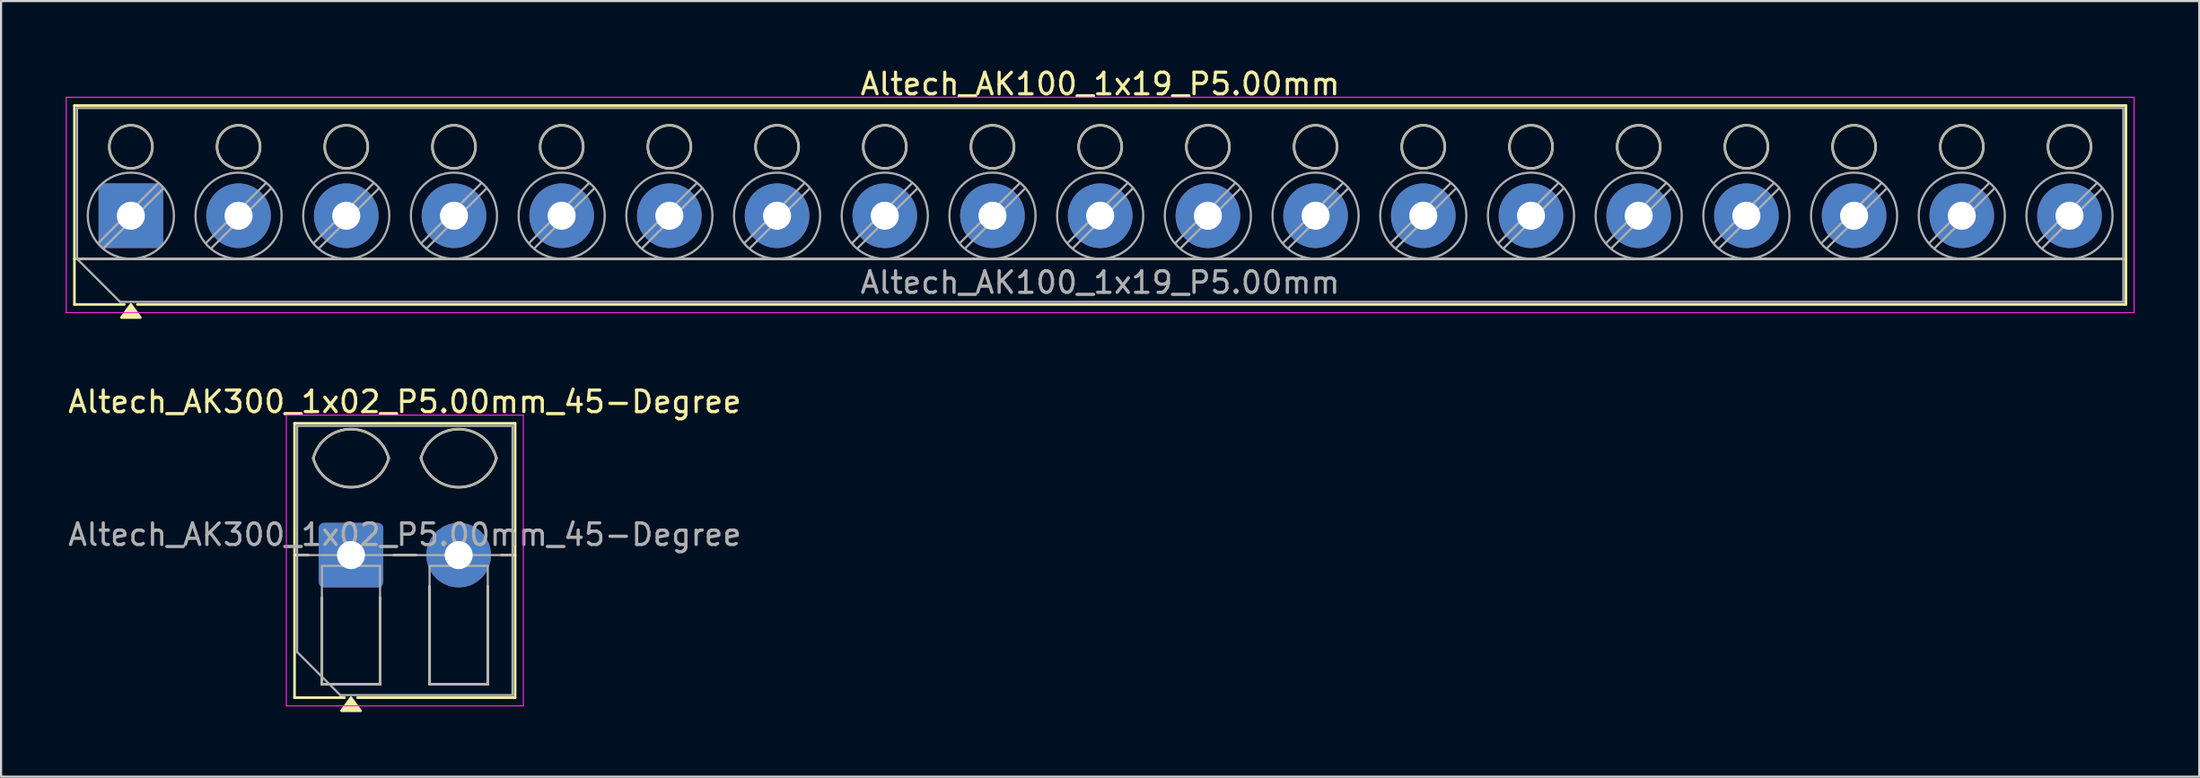
<source format=kicad_pcb>
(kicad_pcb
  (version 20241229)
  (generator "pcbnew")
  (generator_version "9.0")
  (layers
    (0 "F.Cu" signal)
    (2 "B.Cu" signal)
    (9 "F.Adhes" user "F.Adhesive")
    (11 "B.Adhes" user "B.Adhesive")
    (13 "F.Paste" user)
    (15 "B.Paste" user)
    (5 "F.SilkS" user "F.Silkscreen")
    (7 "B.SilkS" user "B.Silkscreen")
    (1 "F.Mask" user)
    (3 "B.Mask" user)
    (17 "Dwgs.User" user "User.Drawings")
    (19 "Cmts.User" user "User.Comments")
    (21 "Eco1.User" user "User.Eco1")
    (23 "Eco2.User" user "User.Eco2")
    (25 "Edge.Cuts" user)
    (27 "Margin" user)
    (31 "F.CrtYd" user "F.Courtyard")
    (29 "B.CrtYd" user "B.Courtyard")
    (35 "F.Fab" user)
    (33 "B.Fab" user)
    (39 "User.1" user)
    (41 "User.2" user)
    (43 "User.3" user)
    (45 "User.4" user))
  (footprint "Altech_AK100_1x19_P5.00mm"
    (layer "F.Cu")
    (at 3.025 6.968)
    (property "Reference" "Altech_AK100_1x19_P5.00mm" (at 45 -6.12 0) (layer "F.SilkS") (effects (font (size 1 1) (thickness 0.15))))
    (attr through_hole)
    (fp_line (start -2.62 -5.12) (end 92.62 -5.12) (stroke (width 0.12) (type solid)) (layer "F.SilkS"))
    (fp_line (start -2.62 2) (end 92.62 2) (stroke (width 0.12) (type solid)) (layer "F.SilkS"))
    (fp_line (start -2.62 4.12) (end -2.62 -5.12) (stroke (width 0.12) (type solid)) (layer "F.SilkS"))
    (fp_line (start -0.3 4.12) (end -2.62 4.12) (stroke (width 0.12) (type solid)) (layer "F.SilkS"))
    (fp_line (start 92.62 -5.12) (end 92.62 4.12) (stroke (width 0.12) (type solid)) (layer "F.SilkS"))
    (fp_line (start 92.62 4.12) (end 0.3 4.12) (stroke (width 0.12) (type solid)) (layer "F.SilkS"))
    (fp_circle (center 0 -3.2) (end 1 -3.2) (stroke (width 0.12) (type solid)) (fill no) (layer "F.SilkS"))
    (fp_circle (center 5 -3.2) (end 6 -3.2) (stroke (width 0.12) (type solid)) (fill no) (layer "F.SilkS"))
    (fp_circle (center 10 -3.2) (end 11 -3.2) (stroke (width 0.12) (type solid)) (fill no) (layer "F.SilkS"))
    (fp_circle (center 15 -3.2) (end 16 -3.2) (stroke (width 0.12) (type solid)) (fill no) (layer "F.SilkS"))
    (fp_circle (center 20 -3.2) (end 21 -3.2) (stroke (width 0.12) (type solid)) (fill no) (layer "F.SilkS"))
    (fp_circle (center 25 -3.2) (end 26 -3.2) (stroke (width 0.12) (type solid)) (fill no) (layer "F.SilkS"))
    (fp_circle (center 30 -3.2) (end 31 -3.2) (stroke (width 0.12) (type solid)) (fill no) (layer "F.SilkS"))
    (fp_circle (center 35 -3.2) (end 36 -3.2) (stroke (width 0.12) (type solid)) (fill no) (layer "F.SilkS"))
    (fp_circle (center 40 -3.2) (end 41 -3.2) (stroke (width 0.12) (type solid)) (fill no) (layer "F.SilkS"))
    (fp_circle (center 45 -3.2) (end 46 -3.2) (stroke (width 0.12) (type solid)) (fill no) (layer "F.SilkS"))
    (fp_circle (center 50 -3.2) (end 51 -3.2) (stroke (width 0.12) (type solid)) (fill no) (layer "F.SilkS"))
    (fp_circle (center 55 -3.2) (end 56 -3.2) (stroke (width 0.12) (type solid)) (fill no) (layer "F.SilkS"))
    (fp_circle (center 60 -3.2) (end 61 -3.2) (stroke (width 0.12) (type solid)) (fill no) (layer "F.SilkS"))
    (fp_circle (center 65 -3.2) (end 66 -3.2) (stroke (width 0.12) (type solid)) (fill no) (layer "F.SilkS"))
    (fp_circle (center 70 -3.2) (end 71 -3.2) (stroke (width 0.12) (type solid)) (fill no) (layer "F.SilkS"))
    (fp_circle (center 75 -3.2) (end 76 -3.2) (stroke (width 0.12) (type solid)) (fill no) (layer "F.SilkS"))
    (fp_circle (center 80 -3.2) (end 81 -3.2) (stroke (width 0.12) (type solid)) (fill no) (layer "F.SilkS"))
    (fp_circle (center 85 -3.2) (end 86 -3.2) (stroke (width 0.12) (type solid)) (fill no) (layer "F.SilkS"))
    (fp_circle (center 90 -3.2) (end 91 -3.2) (stroke (width 0.12) (type solid)) (fill no) (layer "F.SilkS"))
    (fp_poly (pts (xy 0 4.12) (xy 0.44 4.73) (xy -0.44 4.73)) (stroke (width 0.12) (type solid)) (fill yes) (layer "F.SilkS"))
    (fp_line (start -3 -5.5) (end -3 4.5) (stroke (width 0.05) (type solid)) (layer "F.CrtYd"))
    (fp_line (start -3 4.5) (end 93 4.5) (stroke (width 0.05) (type solid)) (layer "F.CrtYd"))
    (fp_line (start 93 -5.5) (end -3 -5.5) (stroke (width 0.05) (type solid)) (layer "F.CrtYd"))
    (fp_line (start 93 4.5) (end 93 -5.5) (stroke (width 0.05) (type solid)) (layer "F.CrtYd"))
    (fp_line (start -2.5 -5) (end 92.5 -5) (stroke (width 0.1) (type solid)) (layer "F.Fab"))
    (fp_line (start -2.5 2) (end -2.5 -5) (stroke (width 0.1) (type solid)) (layer "F.Fab"))
    (fp_line (start -2.5 2) (end 92.5 2) (stroke (width 0.1) (type solid)) (layer "F.Fab"))
    (fp_line (start -0.5 4) (end -2.5 2) (stroke (width 0.1) (type solid)) (layer "F.Fab"))
    (fp_line (start 1.273 -1.517) (end -1.517 1.273) (stroke (width 0.1) (type solid)) (layer "F.Fab"))
    (fp_line (start 1.517 -1.273) (end -1.273 1.517) (stroke (width 0.1) (type solid)) (layer "F.Fab"))
    (fp_line (start 6.273 -1.517) (end 3.483 1.273) (stroke (width 0.1) (type solid)) (layer "F.Fab"))
    (fp_line (start 6.517 -1.273) (end 3.727 1.517) (stroke (width 0.1) (type solid)) (layer "F.Fab"))
    (fp_line (start 11.273 -1.517) (end 8.483 1.273) (stroke (width 0.1) (type solid)) (layer "F.Fab"))
    (fp_line (start 11.517 -1.273) (end 8.727 1.517) (stroke (width 0.1) (type solid)) (layer "F.Fab"))
    (fp_line (start 16.273 -1.517) (end 13.483 1.273) (stroke (width 0.1) (type solid)) (layer "F.Fab"))
    (fp_line (start 16.517 -1.273) (end 13.727 1.517) (stroke (width 0.1) (type solid)) (layer "F.Fab"))
    (fp_line (start 21.273 -1.517) (end 18.483 1.273) (stroke (width 0.1) (type solid)) (layer "F.Fab"))
    (fp_line (start 21.517 -1.273) (end 18.727 1.517) (stroke (width 0.1) (type solid)) (layer "F.Fab"))
    (fp_line (start 26.273 -1.517) (end 23.483 1.273) (stroke (width 0.1) (type solid)) (layer "F.Fab"))
    (fp_line (start 26.517 -1.273) (end 23.727 1.517) (stroke (width 0.1) (type solid)) (layer "F.Fab"))
    (fp_line (start 31.273 -1.517) (end 28.483 1.273) (stroke (width 0.1) (type solid)) (layer "F.Fab"))
    (fp_line (start 31.517 -1.273) (end 28.727 1.517) (stroke (width 0.1) (type solid)) (layer "F.Fab"))
    (fp_line (start 36.273 -1.517) (end 33.483 1.273) (stroke (width 0.1) (type solid)) (layer "F.Fab"))
    (fp_line (start 36.517 -1.273) (end 33.727 1.517) (stroke (width 0.1) (type solid)) (layer "F.Fab"))
    (fp_line (start 41.273 -1.517) (end 38.483 1.273) (stroke (width 0.1) (type solid)) (layer "F.Fab"))
    (fp_line (start 41.517 -1.273) (end 38.727 1.517) (stroke (width 0.1) (type solid)) (layer "F.Fab"))
    (fp_line (start 46.273 -1.517) (end 43.483 1.273) (stroke (width 0.1) (type solid)) (layer "F.Fab"))
    (fp_line (start 46.517 -1.273) (end 43.727 1.517) (stroke (width 0.1) (type solid)) (layer "F.Fab"))
    (fp_line (start 51.273 -1.517) (end 48.483 1.273) (stroke (width 0.1) (type solid)) (layer "F.Fab"))
    (fp_line (start 51.517 -1.273) (end 48.727 1.517) (stroke (width 0.1) (type solid)) (layer "F.Fab"))
    (fp_line (start 56.273 -1.517) (end 53.483 1.273) (stroke (width 0.1) (type solid)) (layer "F.Fab"))
    (fp_line (start 56.517 -1.273) (end 53.727 1.517) (stroke (width 0.1) (type solid)) (layer "F.Fab"))
    (fp_line (start 61.273 -1.517) (end 58.483 1.273) (stroke (width 0.1) (type solid)) (layer "F.Fab"))
    (fp_line (start 61.517 -1.273) (end 58.727 1.517) (stroke (width 0.1) (type solid)) (layer "F.Fab"))
    (fp_line (start 66.273 -1.517) (end 63.483 1.273) (stroke (width 0.1) (type solid)) (layer "F.Fab"))
    (fp_line (start 66.517 -1.273) (end 63.727 1.517) (stroke (width 0.1) (type solid)) (layer "F.Fab"))
    (fp_line (start 71.273 -1.517) (end 68.483 1.273) (stroke (width 0.1) (type solid)) (layer "F.Fab"))
    (fp_line (start 71.517 -1.273) (end 68.727 1.517) (stroke (width 0.1) (type solid)) (layer "F.Fab"))
    (fp_line (start 76.273 -1.517) (end 73.483 1.273) (stroke (width 0.1) (type solid)) (layer "F.Fab"))
    (fp_line (start 76.517 -1.273) (end 73.727 1.517) (stroke (width 0.1) (type solid)) (layer "F.Fab"))
    (fp_line (start 81.273 -1.517) (end 78.483 1.273) (stroke (width 0.1) (type solid)) (layer "F.Fab"))
    (fp_line (start 81.517 -1.273) (end 78.727 1.517) (stroke (width 0.1) (type solid)) (layer "F.Fab"))
    (fp_line (start 86.273 -1.517) (end 83.483 1.273) (stroke (width 0.1) (type solid)) (layer "F.Fab"))
    (fp_line (start 86.517 -1.273) (end 83.727 1.517) (stroke (width 0.1) (type solid)) (layer "F.Fab"))
    (fp_line (start 91.273 -1.517) (end 88.483 1.273) (stroke (width 0.1) (type solid)) (layer "F.Fab"))
    (fp_line (start 91.517 -1.273) (end 88.727 1.517) (stroke (width 0.1) (type solid)) (layer "F.Fab"))
    (fp_line (start 92.5 -5) (end 92.5 4) (stroke (width 0.1) (type solid)) (layer "F.Fab"))
    (fp_line (start 92.5 4) (end -0.5 4) (stroke (width 0.1) (type solid)) (layer "F.Fab"))
    (fp_circle (center 0 -3.2) (end 1 -3.2) (stroke (width 0.1) (type solid)) (fill no) (layer "F.Fab"))
    (fp_circle (center 0 0) (end 2 0) (stroke (width 0.1) (type solid)) (fill no) (layer "F.Fab"))
    (fp_circle (center 5 -3.2) (end 6 -3.2) (stroke (width 0.1) (type solid)) (fill no) (layer "F.Fab"))
    (fp_circle (center 5 0) (end 7 0) (stroke (width 0.1) (type solid)) (fill no) (layer "F.Fab"))
    (fp_circle (center 10 -3.2) (end 11 -3.2) (stroke (width 0.1) (type solid)) (fill no) (layer "F.Fab"))
    (fp_circle (center 10 0) (end 12 0) (stroke (width 0.1) (type solid)) (fill no) (layer "F.Fab"))
    (fp_circle (center 15 -3.2) (end 16 -3.2) (stroke (width 0.1) (type solid)) (fill no) (layer "F.Fab"))
    (fp_circle (center 15 0) (end 17 0) (stroke (width 0.1) (type solid)) (fill no) (layer "F.Fab"))
    (fp_circle (center 20 -3.2) (end 21 -3.2) (stroke (width 0.1) (type solid)) (fill no) (layer "F.Fab"))
    (fp_circle (center 20 0) (end 22 0) (stroke (width 0.1) (type solid)) (fill no) (layer "F.Fab"))
    (fp_circle (center 25 -3.2) (end 26 -3.2) (stroke (width 0.1) (type solid)) (fill no) (layer "F.Fab"))
    (fp_circle (center 25 0) (end 27 0) (stroke (width 0.1) (type solid)) (fill no) (layer "F.Fab"))
    (fp_circle (center 30 -3.2) (end 31 -3.2) (stroke (width 0.1) (type solid)) (fill no) (layer "F.Fab"))
    (fp_circle (center 30 0) (end 32 0) (stroke (width 0.1) (type solid)) (fill no) (layer "F.Fab"))
    (fp_circle (center 35 -3.2) (end 36 -3.2) (stroke (width 0.1) (type solid)) (fill no) (layer "F.Fab"))
    (fp_circle (center 35 0) (end 37 0) (stroke (width 0.1) (type solid)) (fill no) (layer "F.Fab"))
    (fp_circle (center 40 -3.2) (end 41 -3.2) (stroke (width 0.1) (type solid)) (fill no) (layer "F.Fab"))
    (fp_circle (center 40 0) (end 42 0) (stroke (width 0.1) (type solid)) (fill no) (layer "F.Fab"))
    (fp_circle (center 45 -3.2) (end 46 -3.2) (stroke (width 0.1) (type solid)) (fill no) (layer "F.Fab"))
    (fp_circle (center 45 0) (end 47 0) (stroke (width 0.1) (type solid)) (fill no) (layer "F.Fab"))
    (fp_circle (center 50 -3.2) (end 51 -3.2) (stroke (width 0.1) (type solid)) (fill no) (layer "F.Fab"))
    (fp_circle (center 50 0) (end 52 0) (stroke (width 0.1) (type solid)) (fill no) (layer "F.Fab"))
    (fp_circle (center 55 -3.2) (end 56 -3.2) (stroke (width 0.1) (type solid)) (fill no) (layer "F.Fab"))
    (fp_circle (center 55 0) (end 57 0) (stroke (width 0.1) (type solid)) (fill no) (layer "F.Fab"))
    (fp_circle (center 60 -3.2) (end 61 -3.2) (stroke (width 0.1) (type solid)) (fill no) (layer "F.Fab"))
    (fp_circle (center 60 0) (end 62 0) (stroke (width 0.1) (type solid)) (fill no) (layer "F.Fab"))
    (fp_circle (center 65 -3.2) (end 66 -3.2) (stroke (width 0.1) (type solid)) (fill no) (layer "F.Fab"))
    (fp_circle (center 65 0) (end 67 0) (stroke (width 0.1) (type solid)) (fill no) (layer "F.Fab"))
    (fp_circle (center 70 -3.2) (end 71 -3.2) (stroke (width 0.1) (type solid)) (fill no) (layer "F.Fab"))
    (fp_circle (center 70 0) (end 72 0) (stroke (width 0.1) (type solid)) (fill no) (layer "F.Fab"))
    (fp_circle (center 75 -3.2) (end 76 -3.2) (stroke (width 0.1) (type solid)) (fill no) (layer "F.Fab"))
    (fp_circle (center 75 0) (end 77 0) (stroke (width 0.1) (type solid)) (fill no) (layer "F.Fab"))
    (fp_circle (center 80 -3.2) (end 81 -3.2) (stroke (width 0.1) (type solid)) (fill no) (layer "F.Fab"))
    (fp_circle (center 80 0) (end 82 0) (stroke (width 0.1) (type solid)) (fill no) (layer "F.Fab"))
    (fp_circle (center 85 -3.2) (end 86 -3.2) (stroke (width 0.1) (type solid)) (fill no) (layer "F.Fab"))
    (fp_circle (center 85 0) (end 87 0) (stroke (width 0.1) (type solid)) (fill no) (layer "F.Fab"))
    (fp_circle (center 90 -3.2) (end 91 -3.2) (stroke (width 0.1) (type solid)) (fill no) (layer "F.Fab"))
    (fp_circle (center 90 0) (end 92 0) (stroke (width 0.1) (type solid)) (fill no) (layer "F.Fab"))
    (fp_text user "${REFERENCE}" (at 45 3.1 0) (layer "F.Fab") (effects (font (size 1 1) (thickness 0.15))))
    (pad "1" thru_hole roundrect (at 0 0) (size 3 3) (drill 1.3) (layers "*.Cu" "*.Mask") (roundrect_rratio 0.083))
    (pad "2" thru_hole circle (at 5 0) (size 3 3) (drill 1.3) (layers "*.Cu" "*.Mask"))
    (pad "3" thru_hole circle (at 10 0) (size 3 3) (drill 1.3) (layers "*.Cu" "*.Mask"))
    (pad "4" thru_hole circle (at 15 0) (size 3 3) (drill 1.3) (layers "*.Cu" "*.Mask"))
    (pad "5" thru_hole circle (at 20 0) (size 3 3) (drill 1.3) (layers "*.Cu" "*.Mask"))
    (pad "6" thru_hole circle (at 25 0) (size 3 3) (drill 1.3) (layers "*.Cu" "*.Mask"))
    (pad "7" thru_hole circle (at 30 0) (size 3 3) (drill 1.3) (layers "*.Cu" "*.Mask"))
    (pad "8" thru_hole circle (at 35 0) (size 3 3) (drill 1.3) (layers "*.Cu" "*.Mask"))
    (pad "9" thru_hole circle (at 40 0) (size 3 3) (drill 1.3) (layers "*.Cu" "*.Mask"))
    (pad "10" thru_hole circle (at 45 0) (size 3 3) (drill 1.3) (layers "*.Cu" "*.Mask"))
    (pad "11" thru_hole circle (at 50 0) (size 3 3) (drill 1.3) (layers "*.Cu" "*.Mask"))
    (pad "12" thru_hole circle (at 55 0) (size 3 3) (drill 1.3) (layers "*.Cu" "*.Mask"))
    (pad "13" thru_hole circle (at 60 0) (size 3 3) (drill 1.3) (layers "*.Cu" "*.Mask"))
    (pad "14" thru_hole circle (at 65 0) (size 3 3) (drill 1.3) (layers "*.Cu" "*.Mask"))
    (pad "15" thru_hole circle (at 70 0) (size 3 3) (drill 1.3) (layers "*.Cu" "*.Mask"))
    (pad "16" thru_hole circle (at 75 0) (size 3 3) (drill 1.3) (layers "*.Cu" "*.Mask"))
    (pad "17" thru_hole circle (at 80 0) (size 3 3) (drill 1.3) (layers "*.Cu" "*.Mask"))
    (pad "18" thru_hole circle (at 85 0) (size 3 3) (drill 1.3) (layers "*.Cu" "*.Mask"))
    (pad "19" thru_hole circle (at 90 0) (size 3 3) (drill 1.3) (layers "*.Cu" "*.Mask")))
  (footprint "Altech_AK300_1x02_P5.00mm_45-Degree"
    (layer "F.Cu")
    (at 13.244 22.727)
    (property "Reference" "Altech_AK300_1x02_P5.00mm_45-Degree" (at 2.5 -7.12 0) (layer "F.SilkS") (effects (font (size 1 1) (thickness 0.15))))
    (attr through_hole)
    (fp_line (start -2.62 -6.12) (end 7.62 -6.12) (stroke (width 0.12) (type solid)) (layer "F.SilkS"))
    (fp_line (start -2.62 0) (end -1.98 0) (stroke (width 0.12) (type solid)) (layer "F.SilkS"))
    (fp_line (start -2.62 6.62) (end -2.62 -6.12) (stroke (width 0.12) (type solid)) (layer "F.SilkS"))
    (fp_line (start -1.35 6) (end -1.35 1.98) (stroke (width 0.12) (type solid)) (layer "F.SilkS"))
    (fp_line (start -0.3 6.62) (end -2.62 6.62) (stroke (width 0.12) (type solid)) (layer "F.SilkS"))
    (fp_line (start 1.35 1.98) (end 1.35 6) (stroke (width 0.12) (type solid)) (layer "F.SilkS"))
    (fp_line (start 1.35 6) (end -1.35 6) (stroke (width 0.12) (type solid)) (layer "F.SilkS"))
    (fp_line (start 1.98 0) (end 3.02 0) (stroke (width 0.12) (type solid)) (layer "F.SilkS"))
    (fp_line (start 3.65 6) (end 3.65 1.448) (stroke (width 0.12) (type solid)) (layer "F.SilkS"))
    (fp_line (start 6.35 1.448) (end 6.35 6) (stroke (width 0.12) (type solid)) (layer "F.SilkS"))
    (fp_line (start 6.35 6) (end 3.65 6) (stroke (width 0.12) (type solid)) (layer "F.SilkS"))
    (fp_line (start 6.98 0) (end 7.62 0) (stroke (width 0.12) (type solid)) (layer "F.SilkS"))
    (fp_line (start 7.62 -6.12) (end 7.62 6.62) (stroke (width 0.12) (type solid)) (layer "F.SilkS"))
    (fp_line (start 7.62 6.62) (end 0.3 6.62) (stroke (width 0.12) (type solid)) (layer "F.SilkS"))
    (fp_arc (start -1.75 -4.5) (mid 0 -5.85) (end 1.75 -4.5) (stroke (width 0.12) (type solid)) (layer "F.SilkS"))
    (fp_arc (start 1.75 -4.5) (mid 0 -3.15) (end -1.75 -4.5) (stroke (width 0.12) (type solid)) (layer "F.SilkS"))
    (fp_arc (start 3.25 -4.5) (mid 5 -5.85) (end 6.75 -4.5) (stroke (width 0.12) (type solid)) (layer "F.SilkS"))
    (fp_arc (start 6.75 -4.5) (mid 5 -3.15) (end 3.25 -4.5) (stroke (width 0.12) (type solid)) (layer "F.SilkS"))
    (fp_poly (pts (xy 0 6.62) (xy 0.44 7.23) (xy -0.44 7.23)) (stroke (width 0.12) (type solid)) (fill yes) (layer "F.SilkS"))
    (fp_line (start -3 -6.5) (end -3 7) (stroke (width 0.05) (type solid)) (layer "F.CrtYd"))
    (fp_line (start -3 7) (end 8 7) (stroke (width 0.05) (type solid)) (layer "F.CrtYd"))
    (fp_line (start 8 -6.5) (end -3 -6.5) (stroke (width 0.05) (type solid)) (layer "F.CrtYd"))
    (fp_line (start 8 7) (end 8 -6.5) (stroke (width 0.05) (type solid)) (layer "F.CrtYd"))
    (fp_line (start -2.5 -6) (end 7.5 -6) (stroke (width 0.1) (type solid)) (layer "F.Fab"))
    (fp_line (start -2.5 0) (end 7.5 0) (stroke (width 0.1) (type solid)) (layer "F.Fab"))
    (fp_line (start -2.5 4.5) (end -2.5 -6) (stroke (width 0.1) (type solid)) (layer "F.Fab"))
    (fp_line (start -1.35 0.5) (end -1.35 6) (stroke (width 0.1) (type solid)) (layer "F.Fab"))
    (fp_line (start -1.35 6) (end 1.35 6) (stroke (width 0.1) (type solid)) (layer "F.Fab"))
    (fp_line (start -0.5 6.5) (end -2.5 4.5) (stroke (width 0.1) (type solid)) (layer "F.Fab"))
    (fp_line (start 1.35 0.5) (end -1.35 0.5) (stroke (width 0.1) (type solid)) (layer "F.Fab"))
    (fp_line (start 1.35 6) (end 1.35 0.5) (stroke (width 0.1) (type solid)) (layer "F.Fab"))
    (fp_line (start 3.65 0.5) (end 3.65 6) (stroke (width 0.1) (type solid)) (layer "F.Fab"))
    (fp_line (start 3.65 6) (end 6.35 6) (stroke (width 0.1) (type solid)) (layer "F.Fab"))
    (fp_line (start 6.35 0.5) (end 3.65 0.5) (stroke (width 0.1) (type solid)) (layer "F.Fab"))
    (fp_line (start 6.35 6) (end 6.35 0.5) (stroke (width 0.1) (type solid)) (layer "F.Fab"))
    (fp_line (start 7.5 -6) (end 7.5 6.5) (stroke (width 0.1) (type solid)) (layer "F.Fab"))
    (fp_line (start 7.5 6.5) (end -0.5 6.5) (stroke (width 0.1) (type solid)) (layer "F.Fab"))
    (fp_arc (start -1.75 -4.5) (mid 0 -5.85) (end 1.75 -4.5) (stroke (width 0.1) (type solid)) (layer "F.Fab"))
    (fp_arc (start 1.75 -4.5) (mid 0 -3.15) (end -1.75 -4.5) (stroke (width 0.1) (type solid)) (layer "F.Fab"))
    (fp_arc (start 3.25 -4.5) (mid 5 -5.85) (end 6.75 -4.5) (stroke (width 0.1) (type solid)) (layer "F.Fab"))
    (fp_arc (start 6.75 -4.5) (mid 5 -3.15) (end 3.25 -4.5) (stroke (width 0.1) (type solid)) (layer "F.Fab"))
    (fp_text user "${REFERENCE}" (at 2.5 -0.95 0) (layer "F.Fab") (effects (font (size 1 1) (thickness 0.15))))
    (pad "1" thru_hole roundrect (at 0 0) (size 3 3) (drill 1.3) (layers "*.Cu" "*.Mask") (roundrect_rratio 0.083))
    (pad "2" thru_hole circle (at 5 0) (size 3 3) (drill 1.3) (layers "*.Cu" "*.Mask")))
  (gr_rect
    (start -3 -3)
    (end 99.05 33.017)
    (stroke (width 0.1) (type default))
    (fill no)
    (layer "Edge.Cuts")))
</source>
